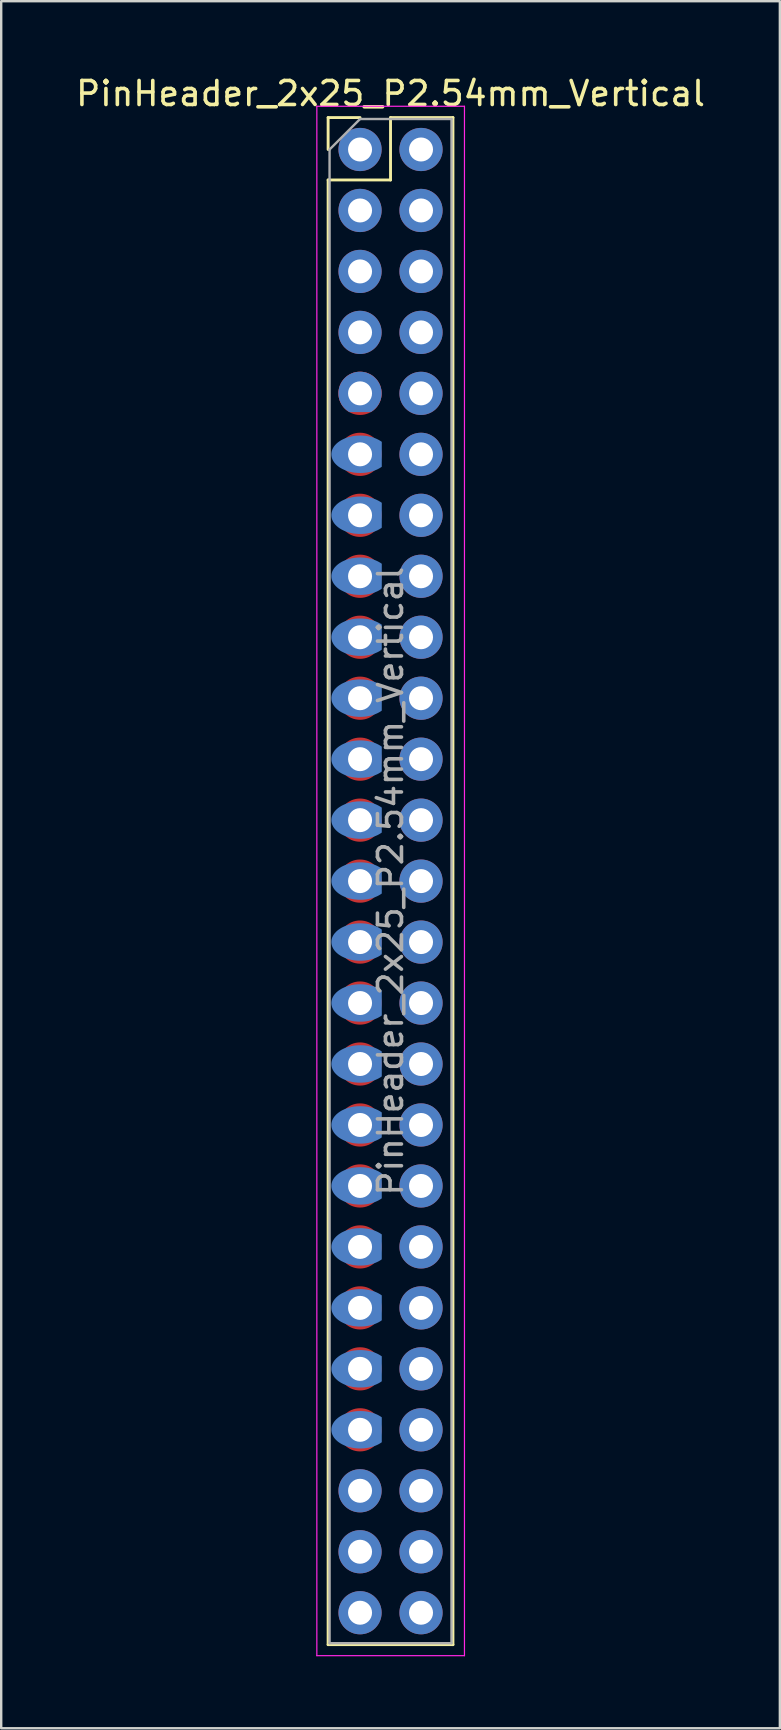
<source format=kicad_pcb>
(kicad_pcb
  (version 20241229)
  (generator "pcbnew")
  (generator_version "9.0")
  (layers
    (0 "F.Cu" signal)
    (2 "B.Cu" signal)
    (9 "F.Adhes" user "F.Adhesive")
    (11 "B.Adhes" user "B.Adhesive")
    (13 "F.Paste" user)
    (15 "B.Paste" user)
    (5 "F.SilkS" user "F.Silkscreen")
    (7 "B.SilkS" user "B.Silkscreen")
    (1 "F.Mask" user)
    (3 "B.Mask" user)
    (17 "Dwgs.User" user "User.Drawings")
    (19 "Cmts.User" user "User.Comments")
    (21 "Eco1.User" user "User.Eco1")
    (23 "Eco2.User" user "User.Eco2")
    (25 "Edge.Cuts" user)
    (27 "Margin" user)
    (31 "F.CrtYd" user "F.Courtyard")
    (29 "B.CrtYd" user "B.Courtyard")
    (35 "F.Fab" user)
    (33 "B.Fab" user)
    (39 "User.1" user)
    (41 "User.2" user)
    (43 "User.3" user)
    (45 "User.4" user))
  (footprint "PinHeader_2x25_P2.54mm_Vertical"
    (layer "F.Cu")
    (at 11.95 3.178)
    (property "Reference" "PinHeader_2x25_P2.54mm_Vertical" (at 1.27 -2.33 0) (layer "F.SilkS") (effects (font (size 1 1) (thickness 0.15))))
    (attr through_hole)
    (fp_line (start -1.33 -1.33) (end 0 -1.33) (stroke (width 0.12) (type solid)) (layer "F.SilkS"))
    (fp_line (start -1.33 0) (end -1.33 -1.33) (stroke (width 0.12) (type solid)) (layer "F.SilkS"))
    (fp_line (start -1.33 1.27) (end -1.33 62.29) (stroke (width 0.12) (type solid)) (layer "F.SilkS"))
    (fp_line (start -1.33 1.27) (end 1.27 1.27) (stroke (width 0.12) (type solid)) (layer "F.SilkS"))
    (fp_line (start -1.33 62.29) (end 3.87 62.29) (stroke (width 0.12) (type solid)) (layer "F.SilkS"))
    (fp_line (start 1.27 -1.33) (end 3.87 -1.33) (stroke (width 0.12) (type solid)) (layer "F.SilkS"))
    (fp_line (start 1.27 1.27) (end 1.27 -1.33) (stroke (width 0.12) (type solid)) (layer "F.SilkS"))
    (fp_line (start 3.87 -1.33) (end 3.87 62.29) (stroke (width 0.12) (type solid)) (layer "F.SilkS"))
    (fp_line (start -1.8 -1.8) (end -1.8 62.75) (stroke (width 0.05) (type solid)) (layer "F.CrtYd"))
    (fp_line (start -1.8 62.75) (end 4.35 62.75) (stroke (width 0.05) (type solid)) (layer "F.CrtYd"))
    (fp_line (start 4.35 -1.8) (end -1.8 -1.8) (stroke (width 0.05) (type solid)) (layer "F.CrtYd"))
    (fp_line (start 4.35 62.75) (end 4.35 -1.8) (stroke (width 0.05) (type solid)) (layer "F.CrtYd"))
    (fp_line (start -1.27 0) (end 0 -1.27) (stroke (width 0.1) (type solid)) (layer "F.Fab"))
    (fp_line (start -1.27 62.23) (end -1.27 0) (stroke (width 0.1) (type solid)) (layer "F.Fab"))
    (fp_line (start 0 -1.27) (end 3.81 -1.27) (stroke (width 0.1) (type solid)) (layer "F.Fab"))
    (fp_line (start 3.81 -1.27) (end 3.81 62.23) (stroke (width 0.1) (type solid)) (layer "F.Fab"))
    (fp_line (start 3.81 62.23) (end -1.27 62.23) (stroke (width 0.1) (type solid)) (layer "F.Fab"))
    (fp_text user "${REFERENCE}" (at 1.27 30.48 90) (layer "F.Fab") (effects (font (size 1 1) (thickness 0.15))))
    (pad "1" thru_hole oval (at 0 0) (size 1.8 1.8) (drill 1) (layers "*.Cu" "*.Mask"))
    (pad "1" thru_hole oval (at 2.54 55.88) (size 1.8 1.8) (drill 1) (layers "*.Cu" "*.Mask"))
    (pad "2" thru_hole oval (at 2.54 0) (size 1.8 1.8) (drill 1) (layers "*.Cu" "*.Mask"))
    (pad "2" thru_hole oval (at 2.54 60.96) (size 1.8 1.8) (drill 1) (layers "*.Cu" "*.Mask"))
    (pad "3" thru_hole oval (at 0 2.54) (size 1.8 1.8) (drill 1) (layers "*.Cu" "*.Mask"))
    (pad "3" thru_hole oval (at 2.54 58.42) (size 1.8 1.8) (drill 1) (layers "*.Cu" "*.Mask"))
    (pad "4" thru_hole oval (at 2.54 2.54) (size 1.8 1.8) (drill 1) (layers "*.Cu" "*.Mask"))
    (pad "5" thru_hole oval (at 0 5.08) (size 1.8 1.8) (drill 1) (layers "*.Cu" "*.Mask"))
    (pad "6" thru_hole oval (at 2.54 5.08) (size 1.8 1.8) (drill 1) (layers "*.Cu" "*.Mask"))
    (pad "7" thru_hole oval (at 0 7.62) (size 1.8 1.8) (drill 1) (layers "*.Cu" "*.Mask"))
    (pad "8" thru_hole oval (at 2.54 7.62) (size 1.8 1.8) (drill 1) (layers "*.Cu" "*.Mask"))
    (pad "9" thru_hole custom (at 0 10.16) (size 1.2 1.2) (drill 1) (layers "*.Cu" "*.Mask") (options (anchor circle)) (primitives (gr_poly (pts (xy 0.6 0) (xy 0.58 -0.155) (xy 0.52 -0.3) (xy 0.424 -0.424) (xy 0.3 -0.52) (xy 0.155 -0.58) (xy 0 -0.6) (xy -0.155 -0.58) (xy -0.3 -0.52) (xy -0.424 -0.424) (xy -0.52 -0.3) (xy -0.58 -0.155) (xy -0.6 0) (xy -0.58 0.155) (xy -0.52 0.3) (xy -0.424 0.424) (xy -0.3 0.52) (xy -0.155 0.58) (xy 0 0.6) (xy 0.155 0.58) (xy 0.3 0.52) (xy 0.424 0.424) (xy 0.52 0.3) (xy 0.58 0.155) (xy 0.6 0)) (width 0) (fill yes)) (gr_poly (pts (xy 0.898 0.028) (xy 0.897 0.058) (xy 0.894 0.088) (xy 0.891 0.118) (xy 0.886 0.147) (xy 0.881 0.176) (xy 0.874 0.205) (xy 0.867 0.234) (xy 0.859 0.262) (xy 0.85 0.29) (xy 0.84 0.318) (xy 0.829 0.345) (xy 0.817 0.372) (xy 0.804 0.399) (xy 0.791 0.425) (xy 0.776 0.45) (xy 0.761 0.475) (xy 0.745 0.5) (xy 0.729 0.524) (xy 0.711 0.548) (xy 0.693 0.57) (xy 0.674 0.593) (xy 0.654 0.615) (xy 0.633 0.636) (xy 0.612 0.656) (xy 0.59 0.676) (xy 0.567 0.695) (xy 0.544 0.714) (xy 0.52 0.731) (xy 0.495 0.748) (xy 0.469 0.765) (xy 0.443 0.78) (xy -0.441 0.78) (xy -0.493 0.749) (xy -0.542 0.714) (xy -0.589 0.677) (xy -0.633 0.636) (xy -0.673 0.594) (xy -0.711 0.548) (xy -0.746 0.501) (xy -0.777 0.451) (xy -0.805 0.399) (xy -0.83 0.346) (xy -0.851 0.291) (xy -0.869 0.235) (xy -0.883 0.177) (xy -0.893 0.118) (xy -0.899 0.058) (xy -0.901 -0.002) (xy -0.9 -0.048) (xy -0.897 -0.094) (xy -0.891 -0.139) (xy -0.883 -0.184) (xy -0.873 -0.227) (xy -0.861 -0.27) (xy -0.847 -0.312) (xy -0.831 -0.352) (xy -0.812 -0.392) (xy -0.793 -0.431) (xy -0.771 -0.469) (xy -0.748 -0.505) (xy -0.722 -0.541) (xy -0.696 -0.575) (xy -0.667 -0.607) (xy -0.638 -0.639) (xy -0.606 -0.668) (xy -0.574 -0.697) (xy -0.54 -0.723) (xy -0.504 -0.748) (xy -0.468 -0.772) (xy -0.43 -0.793) (xy -0.391 -0.813) (xy -0.351 -0.831) (xy -0.311 -0.847) (xy -0.269 -0.862) (xy -0.226 -0.874) (xy -0.183 -0.884) (xy -0.138 -0.892) (xy -0.093 -0.897) (xy -0.047 -0.901) (xy -0.001 -0.902) (xy 0.045 -0.901) (xy 0.091 -0.897) (xy 0.136 -0.892) (xy 0.18 -0.884) (xy 0.224 -0.874) (xy 0.266 -0.862) (xy 0.308 -0.847) (xy 0.349 -0.831) (xy 0.389 -0.813) (xy 0.428 -0.793) (xy 0.465 -0.772) (xy 0.502 -0.748) (xy 0.537 -0.723) (xy 0.571 -0.697) (xy 0.604 -0.668) (xy 0.635 -0.638) (xy 0.665 -0.607) (xy 0.693 -0.575) (xy 0.72 -0.541) (xy 0.745 -0.505) (xy 0.768 -0.469) (xy 0.79 -0.431) (xy 0.81 -0.392) (xy 0.828 -0.353) (xy 0.844 -0.312) (xy 0.858 -0.27) (xy 0.87 -0.227) (xy 0.88 -0.184) (xy 0.888 -0.139) (xy 0.894 -0.094) (xy 0.897 -0.049) (xy 0.899 -0.002)) (width 0) (fill yes))))
    (pad "9" smd oval (at 0 10.16) (size 1.8 1.8) (layers "F.Cu" "F.Mask"))
    (pad "10" thru_hole oval (at 2.54 10.16) (size 1.8 1.8) (drill 1) (layers "*.Cu" "*.Mask"))
    (pad "11" thru_hole oval (at 0 12.7) (size 1.2 1.2) (drill 1) (layers "*.Cu" "*.Mask"))
    (pad "11" smd custom (at 0 12.7) (size 1.56 1.56) (layers "F.Mask" "B.Cu") (options (anchor circle)) (primitives (gr_poly (pts (xy 0.905 0.517) (xy 0.862 0.547) (xy 0.815 0.576) (xy 0.767 0.603) (xy 0.717 0.628) (xy 0.665 0.651) (xy 0.612 0.672) (xy 0.556 0.692) (xy 0.5 0.709) (xy 0.442 0.725) (xy 0.383 0.739) (xy 0.322 0.75) (xy 0.261 0.76) (xy 0.199 0.768) (xy 0.136 0.773) (xy 0.073 0.776) (xy 0.009 0.777) (xy -0.053 0.776) (xy -0.114 0.773) (xy -0.175 0.768) (xy -0.234 0.762) (xy -0.292 0.753) (xy -0.349 0.742) (xy -0.405 0.73) (xy -0.46 0.716) (xy -0.513 0.7) (xy -0.565 0.683) (xy -0.615 0.664) (xy -0.664 0.644) (xy -0.711 0.622) (xy -0.757 0.599) (xy -0.8 0.575) (xy -0.842 0.549) (xy -0.882 0.522) (xy -0.92 0.494) (xy -0.955 0.464) (xy -0.989 0.433) (xy -1.02 0.402) (xy -1.049 0.369) (xy -1.076 0.336) (xy -1.1 0.301) (xy -1.121 0.266) (xy -1.14 0.229) (xy -1.157 0.192) (xy -1.17 0.155) (xy -1.181 0.116) (xy -1.188 0.077) (xy -1.193 0.037) (xy -1.194 -0.003) (xy -1.193 -0.043) (xy -1.188 -0.082) (xy -1.181 -0.121) (xy -1.17 -0.16) (xy -1.157 -0.198) (xy -1.14 -0.235) (xy -1.121 -0.271) (xy -1.1 -0.306) (xy -1.076 -0.341) (xy -1.049 -0.374) (xy -0.989 -0.439) (xy -0.92 -0.499) (xy -0.842 -0.554) (xy -0.757 -0.605) (xy -0.664 -0.649) (xy -0.565 -0.689) (xy -0.46 -0.721) (xy -0.349 -0.748) (xy -0.234 -0.767) (xy -0.114 -0.779) (xy 0.009 -0.783) (xy 0.073 -0.781) (xy 0.136 -0.778) (xy 0.199 -0.772) (xy 0.261 -0.765) (xy 0.323 -0.755) (xy 0.383 -0.743) (xy 0.442 -0.729) (xy 0.5 -0.714) (xy 0.557 -0.696) (xy 0.612 -0.676) (xy 0.666 -0.655) (xy 0.718 -0.631) (xy 0.768 -0.606) (xy 0.816 -0.579) (xy 0.862 -0.551) (xy 0.906 -0.52)) (width 0) (fill yes))))
    (pad "11" smd oval (at 0 12.7) (size 1.8 1.8) (layers "F.Cu" "F.Mask"))
    (pad "12" thru_hole oval (at 2.54 12.7) (size 1.8 1.8) (drill 1) (layers "*.Cu" "*.Mask"))
    (pad "13" thru_hole oval (at 0 15.24) (size 1.2 1.2) (drill 1) (layers "*.Cu" "*.Mask"))
    (pad "13" smd custom (at 0 15.24) (size 1.56 1.56) (layers "F.Mask" "B.Cu") (options (anchor circle)) (primitives (gr_poly (pts (xy 0.905 0.517) (xy 0.862 0.547) (xy 0.815 0.576) (xy 0.767 0.603) (xy 0.717 0.628) (xy 0.665 0.651) (xy 0.612 0.672) (xy 0.556 0.692) (xy 0.5 0.709) (xy 0.442 0.725) (xy 0.383 0.739) (xy 0.322 0.75) (xy 0.261 0.76) (xy 0.199 0.768) (xy 0.136 0.773) (xy 0.073 0.776) (xy 0.009 0.777) (xy -0.053 0.776) (xy -0.114 0.773) (xy -0.175 0.768) (xy -0.234 0.762) (xy -0.292 0.753) (xy -0.349 0.742) (xy -0.405 0.73) (xy -0.46 0.716) (xy -0.513 0.7) (xy -0.565 0.683) (xy -0.615 0.664) (xy -0.664 0.644) (xy -0.711 0.622) (xy -0.757 0.599) (xy -0.8 0.575) (xy -0.842 0.549) (xy -0.882 0.522) (xy -0.92 0.494) (xy -0.955 0.464) (xy -0.989 0.433) (xy -1.02 0.402) (xy -1.049 0.369) (xy -1.076 0.336) (xy -1.1 0.301) (xy -1.121 0.266) (xy -1.14 0.229) (xy -1.157 0.192) (xy -1.17 0.155) (xy -1.181 0.116) (xy -1.188 0.077) (xy -1.193 0.037) (xy -1.194 -0.003) (xy -1.193 -0.043) (xy -1.188 -0.082) (xy -1.181 -0.121) (xy -1.17 -0.16) (xy -1.157 -0.198) (xy -1.14 -0.235) (xy -1.121 -0.271) (xy -1.1 -0.306) (xy -1.076 -0.341) (xy -1.049 -0.374) (xy -0.989 -0.439) (xy -0.92 -0.499) (xy -0.842 -0.554) (xy -0.757 -0.605) (xy -0.664 -0.649) (xy -0.565 -0.689) (xy -0.46 -0.721) (xy -0.349 -0.748) (xy -0.234 -0.767) (xy -0.114 -0.779) (xy 0.009 -0.783) (xy 0.073 -0.781) (xy 0.136 -0.778) (xy 0.199 -0.772) (xy 0.261 -0.765) (xy 0.323 -0.755) (xy 0.383 -0.743) (xy 0.442 -0.729) (xy 0.5 -0.714) (xy 0.557 -0.696) (xy 0.612 -0.676) (xy 0.666 -0.655) (xy 0.718 -0.631) (xy 0.768 -0.606) (xy 0.816 -0.579) (xy 0.862 -0.551) (xy 0.906 -0.52)) (width 0) (fill yes))))
    (pad "13" smd oval (at 0 15.24) (size 1.8 1.8) (layers "F.Cu" "F.Mask"))
    (pad "14" thru_hole oval (at 2.54 15.24) (size 1.8 1.8) (drill 1) (layers "*.Cu" "*.Mask"))
    (pad "15" thru_hole oval (at 0 17.78) (size 1.2 1.2) (drill 1) (layers "*.Cu" "*.Mask"))
    (pad "15" smd custom (at 0 17.78) (size 1.56 1.56) (layers "F.Mask" "B.Cu") (options (anchor circle)) (primitives (gr_poly (pts (xy 0.905 0.517) (xy 0.862 0.547) (xy 0.815 0.576) (xy 0.767 0.603) (xy 0.717 0.628) (xy 0.665 0.651) (xy 0.612 0.672) (xy 0.556 0.692) (xy 0.5 0.709) (xy 0.442 0.725) (xy 0.383 0.739) (xy 0.322 0.75) (xy 0.261 0.76) (xy 0.199 0.768) (xy 0.136 0.773) (xy 0.073 0.776) (xy 0.009 0.777) (xy -0.053 0.776) (xy -0.114 0.773) (xy -0.175 0.768) (xy -0.234 0.762) (xy -0.292 0.753) (xy -0.349 0.742) (xy -0.405 0.73) (xy -0.46 0.716) (xy -0.513 0.7) (xy -0.565 0.683) (xy -0.615 0.664) (xy -0.664 0.644) (xy -0.711 0.622) (xy -0.757 0.599) (xy -0.8 0.575) (xy -0.842 0.549) (xy -0.882 0.522) (xy -0.92 0.494) (xy -0.955 0.464) (xy -0.989 0.433) (xy -1.02 0.402) (xy -1.049 0.369) (xy -1.076 0.336) (xy -1.1 0.301) (xy -1.121 0.266) (xy -1.14 0.229) (xy -1.157 0.192) (xy -1.17 0.155) (xy -1.181 0.116) (xy -1.188 0.077) (xy -1.193 0.037) (xy -1.194 -0.003) (xy -1.193 -0.043) (xy -1.188 -0.082) (xy -1.181 -0.121) (xy -1.17 -0.16) (xy -1.157 -0.198) (xy -1.14 -0.235) (xy -1.121 -0.271) (xy -1.1 -0.306) (xy -1.076 -0.341) (xy -1.049 -0.374) (xy -0.989 -0.439) (xy -0.92 -0.499) (xy -0.842 -0.554) (xy -0.757 -0.605) (xy -0.664 -0.649) (xy -0.565 -0.689) (xy -0.46 -0.721) (xy -0.349 -0.748) (xy -0.234 -0.767) (xy -0.114 -0.779) (xy 0.009 -0.783) (xy 0.073 -0.781) (xy 0.136 -0.778) (xy 0.199 -0.772) (xy 0.261 -0.765) (xy 0.323 -0.755) (xy 0.383 -0.743) (xy 0.442 -0.729) (xy 0.5 -0.714) (xy 0.557 -0.696) (xy 0.612 -0.676) (xy 0.666 -0.655) (xy 0.718 -0.631) (xy 0.768 -0.606) (xy 0.816 -0.579) (xy 0.862 -0.551) (xy 0.906 -0.52)) (width 0) (fill yes))))
    (pad "15" smd oval (at 0 17.78) (size 1.8 1.8) (layers "F.Cu" "F.Mask"))
    (pad "16" thru_hole oval (at 2.54 17.78) (size 1.8 1.8) (drill 1) (layers "*.Cu" "*.Mask"))
    (pad "17" thru_hole oval (at 0 20.32) (size 1.2 1.2) (drill 1) (layers "*.Cu" "*.Mask"))
    (pad "17" smd custom (at 0 20.32) (size 1.56 1.56) (layers "F.Mask" "B.Cu") (options (anchor circle)) (primitives (gr_poly (pts (xy 0.905 0.517) (xy 0.862 0.547) (xy 0.815 0.576) (xy 0.767 0.603) (xy 0.717 0.628) (xy 0.665 0.651) (xy 0.612 0.672) (xy 0.556 0.692) (xy 0.5 0.709) (xy 0.442 0.725) (xy 0.383 0.739) (xy 0.322 0.75) (xy 0.261 0.76) (xy 0.199 0.768) (xy 0.136 0.773) (xy 0.073 0.776) (xy 0.009 0.777) (xy -0.053 0.776) (xy -0.114 0.773) (xy -0.175 0.768) (xy -0.234 0.762) (xy -0.292 0.753) (xy -0.349 0.742) (xy -0.405 0.73) (xy -0.46 0.716) (xy -0.513 0.7) (xy -0.565 0.683) (xy -0.615 0.664) (xy -0.664 0.644) (xy -0.711 0.622) (xy -0.757 0.599) (xy -0.8 0.575) (xy -0.842 0.549) (xy -0.882 0.522) (xy -0.92 0.494) (xy -0.955 0.464) (xy -0.989 0.433) (xy -1.02 0.402) (xy -1.049 0.369) (xy -1.076 0.336) (xy -1.1 0.301) (xy -1.121 0.266) (xy -1.14 0.229) (xy -1.157 0.192) (xy -1.17 0.155) (xy -1.181 0.116) (xy -1.188 0.077) (xy -1.193 0.037) (xy -1.194 -0.003) (xy -1.193 -0.043) (xy -1.188 -0.082) (xy -1.181 -0.121) (xy -1.17 -0.16) (xy -1.157 -0.198) (xy -1.14 -0.235) (xy -1.121 -0.271) (xy -1.1 -0.306) (xy -1.076 -0.341) (xy -1.049 -0.374) (xy -0.989 -0.439) (xy -0.92 -0.499) (xy -0.842 -0.554) (xy -0.757 -0.605) (xy -0.664 -0.649) (xy -0.565 -0.689) (xy -0.46 -0.721) (xy -0.349 -0.748) (xy -0.234 -0.767) (xy -0.114 -0.779) (xy 0.009 -0.783) (xy 0.073 -0.781) (xy 0.136 -0.778) (xy 0.199 -0.772) (xy 0.261 -0.765) (xy 0.323 -0.755) (xy 0.383 -0.743) (xy 0.442 -0.729) (xy 0.5 -0.714) (xy 0.557 -0.696) (xy 0.612 -0.676) (xy 0.666 -0.655) (xy 0.718 -0.631) (xy 0.768 -0.606) (xy 0.816 -0.579) (xy 0.862 -0.551) (xy 0.906 -0.52)) (width 0) (fill yes))))
    (pad "17" smd oval (at 0 20.32) (size 1.8 1.8) (layers "F.Cu" "F.Mask"))
    (pad "18" thru_hole oval (at 2.54 20.32) (size 1.8 1.8) (drill 1) (layers "*.Cu" "*.Mask"))
    (pad "19" thru_hole oval (at 0 22.86) (size 1.2 1.2) (drill 1) (layers "*.Cu" "*.Mask"))
    (pad "19" smd custom (at 0 22.86) (size 1.56 1.56) (layers "F.Mask" "B.Cu") (options (anchor circle)) (primitives (gr_poly (pts (xy 0.905 0.517) (xy 0.862 0.547) (xy 0.815 0.576) (xy 0.767 0.603) (xy 0.717 0.628) (xy 0.665 0.651) (xy 0.612 0.672) (xy 0.556 0.692) (xy 0.5 0.709) (xy 0.442 0.725) (xy 0.383 0.739) (xy 0.322 0.75) (xy 0.261 0.76) (xy 0.199 0.768) (xy 0.136 0.773) (xy 0.073 0.776) (xy 0.009 0.777) (xy -0.053 0.776) (xy -0.114 0.773) (xy -0.175 0.768) (xy -0.234 0.762) (xy -0.292 0.753) (xy -0.349 0.742) (xy -0.405 0.73) (xy -0.46 0.716) (xy -0.513 0.7) (xy -0.565 0.683) (xy -0.615 0.664) (xy -0.664 0.644) (xy -0.711 0.622) (xy -0.757 0.599) (xy -0.8 0.575) (xy -0.842 0.549) (xy -0.882 0.522) (xy -0.92 0.494) (xy -0.955 0.464) (xy -0.989 0.433) (xy -1.02 0.402) (xy -1.049 0.369) (xy -1.076 0.336) (xy -1.1 0.301) (xy -1.121 0.266) (xy -1.14 0.229) (xy -1.157 0.192) (xy -1.17 0.155) (xy -1.181 0.116) (xy -1.188 0.077) (xy -1.193 0.037) (xy -1.194 -0.003) (xy -1.193 -0.043) (xy -1.188 -0.082) (xy -1.181 -0.121) (xy -1.17 -0.16) (xy -1.157 -0.198) (xy -1.14 -0.235) (xy -1.121 -0.271) (xy -1.1 -0.306) (xy -1.076 -0.341) (xy -1.049 -0.374) (xy -0.989 -0.439) (xy -0.92 -0.499) (xy -0.842 -0.554) (xy -0.757 -0.605) (xy -0.664 -0.649) (xy -0.565 -0.689) (xy -0.46 -0.721) (xy -0.349 -0.748) (xy -0.234 -0.767) (xy -0.114 -0.779) (xy 0.009 -0.783) (xy 0.073 -0.781) (xy 0.136 -0.778) (xy 0.199 -0.772) (xy 0.261 -0.765) (xy 0.323 -0.755) (xy 0.383 -0.743) (xy 0.442 -0.729) (xy 0.5 -0.714) (xy 0.557 -0.696) (xy 0.612 -0.676) (xy 0.666 -0.655) (xy 0.718 -0.631) (xy 0.768 -0.606) (xy 0.816 -0.579) (xy 0.862 -0.551) (xy 0.906 -0.52)) (width 0) (fill yes))))
    (pad "19" smd oval (at 0 22.86) (size 1.8 1.8) (layers "F.Cu" "F.Mask"))
    (pad "20" thru_hole oval (at 2.54 22.86) (size 1.8 1.8) (drill 1) (layers "*.Cu" "*.Mask"))
    (pad "21" thru_hole oval (at 0 25.4) (size 1.2 1.2) (drill 1) (layers "*.Cu" "*.Mask"))
    (pad "21" smd custom (at 0 25.4) (size 1.56 1.56) (layers "F.Mask" "B.Cu") (options (anchor circle)) (primitives (gr_poly (pts (xy 0.905 0.517) (xy 0.862 0.547) (xy 0.815 0.576) (xy 0.767 0.603) (xy 0.717 0.628) (xy 0.665 0.651) (xy 0.612 0.672) (xy 0.556 0.692) (xy 0.5 0.709) (xy 0.442 0.725) (xy 0.383 0.739) (xy 0.322 0.75) (xy 0.261 0.76) (xy 0.199 0.768) (xy 0.136 0.773) (xy 0.073 0.776) (xy 0.009 0.777) (xy -0.053 0.776) (xy -0.114 0.773) (xy -0.175 0.768) (xy -0.234 0.762) (xy -0.292 0.753) (xy -0.349 0.742) (xy -0.405 0.73) (xy -0.46 0.716) (xy -0.513 0.7) (xy -0.565 0.683) (xy -0.615 0.664) (xy -0.664 0.644) (xy -0.711 0.622) (xy -0.757 0.599) (xy -0.8 0.575) (xy -0.842 0.549) (xy -0.882 0.522) (xy -0.92 0.494) (xy -0.955 0.464) (xy -0.989 0.433) (xy -1.02 0.402) (xy -1.049 0.369) (xy -1.076 0.336) (xy -1.1 0.301) (xy -1.121 0.266) (xy -1.14 0.229) (xy -1.157 0.192) (xy -1.17 0.155) (xy -1.181 0.116) (xy -1.188 0.077) (xy -1.193 0.037) (xy -1.194 -0.003) (xy -1.193 -0.043) (xy -1.188 -0.082) (xy -1.181 -0.121) (xy -1.17 -0.16) (xy -1.157 -0.198) (xy -1.14 -0.235) (xy -1.121 -0.271) (xy -1.1 -0.306) (xy -1.076 -0.341) (xy -1.049 -0.374) (xy -0.989 -0.439) (xy -0.92 -0.499) (xy -0.842 -0.554) (xy -0.757 -0.605) (xy -0.664 -0.649) (xy -0.565 -0.689) (xy -0.46 -0.721) (xy -0.349 -0.748) (xy -0.234 -0.767) (xy -0.114 -0.779) (xy 0.009 -0.783) (xy 0.073 -0.781) (xy 0.136 -0.778) (xy 0.199 -0.772) (xy 0.261 -0.765) (xy 0.323 -0.755) (xy 0.383 -0.743) (xy 0.442 -0.729) (xy 0.5 -0.714) (xy 0.557 -0.696) (xy 0.612 -0.676) (xy 0.666 -0.655) (xy 0.718 -0.631) (xy 0.768 -0.606) (xy 0.816 -0.579) (xy 0.862 -0.551) (xy 0.906 -0.52)) (width 0) (fill yes))))
    (pad "21" smd oval (at 0 25.4) (size 1.8 1.8) (layers "F.Cu" "F.Mask"))
    (pad "22" thru_hole oval (at 2.54 25.4) (size 1.8 1.8) (drill 1) (layers "*.Cu" "*.Mask"))
    (pad "23" thru_hole oval (at 0 27.94) (size 1.2 1.2) (drill 1) (layers "*.Cu" "*.Mask"))
    (pad "23" smd custom (at 0 27.94) (size 1.56 1.56) (layers "F.Mask" "B.Cu") (options (anchor circle)) (primitives (gr_poly (pts (xy 0.905 0.517) (xy 0.862 0.547) (xy 0.815 0.576) (xy 0.767 0.603) (xy 0.717 0.628) (xy 0.665 0.651) (xy 0.612 0.672) (xy 0.556 0.692) (xy 0.5 0.709) (xy 0.442 0.725) (xy 0.383 0.739) (xy 0.322 0.75) (xy 0.261 0.76) (xy 0.199 0.768) (xy 0.136 0.773) (xy 0.073 0.776) (xy 0.009 0.777) (xy -0.053 0.776) (xy -0.114 0.773) (xy -0.175 0.768) (xy -0.234 0.762) (xy -0.292 0.753) (xy -0.349 0.742) (xy -0.405 0.73) (xy -0.46 0.716) (xy -0.513 0.7) (xy -0.565 0.683) (xy -0.615 0.664) (xy -0.664 0.644) (xy -0.711 0.622) (xy -0.757 0.599) (xy -0.8 0.575) (xy -0.842 0.549) (xy -0.882 0.522) (xy -0.92 0.494) (xy -0.955 0.464) (xy -0.989 0.433) (xy -1.02 0.402) (xy -1.049 0.369) (xy -1.076 0.336) (xy -1.1 0.301) (xy -1.121 0.266) (xy -1.14 0.229) (xy -1.157 0.192) (xy -1.17 0.155) (xy -1.181 0.116) (xy -1.188 0.077) (xy -1.193 0.037) (xy -1.194 -0.003) (xy -1.193 -0.043) (xy -1.188 -0.082) (xy -1.181 -0.121) (xy -1.17 -0.16) (xy -1.157 -0.198) (xy -1.14 -0.235) (xy -1.121 -0.271) (xy -1.1 -0.306) (xy -1.076 -0.341) (xy -1.049 -0.374) (xy -0.989 -0.439) (xy -0.92 -0.499) (xy -0.842 -0.554) (xy -0.757 -0.605) (xy -0.664 -0.649) (xy -0.565 -0.689) (xy -0.46 -0.721) (xy -0.349 -0.748) (xy -0.234 -0.767) (xy -0.114 -0.779) (xy 0.009 -0.783) (xy 0.073 -0.781) (xy 0.136 -0.778) (xy 0.199 -0.772) (xy 0.261 -0.765) (xy 0.323 -0.755) (xy 0.383 -0.743) (xy 0.442 -0.729) (xy 0.5 -0.714) (xy 0.557 -0.696) (xy 0.612 -0.676) (xy 0.666 -0.655) (xy 0.718 -0.631) (xy 0.768 -0.606) (xy 0.816 -0.579) (xy 0.862 -0.551) (xy 0.906 -0.52)) (width 0) (fill yes))))
    (pad "23" smd oval (at 0 27.94) (size 1.8 1.8) (layers "F.Cu" "F.Mask"))
    (pad "24" thru_hole oval (at 2.54 27.94) (size 1.8 1.8) (drill 1) (layers "*.Cu" "*.Mask"))
    (pad "25" thru_hole oval (at 0 30.48) (size 1.2 1.2) (drill 1) (layers "*.Cu" "*.Mask"))
    (pad "25" smd custom (at 0 30.48) (size 1.56 1.56) (layers "F.Mask" "B.Cu") (options (anchor circle)) (primitives (gr_poly (pts (xy 0.905 0.517) (xy 0.862 0.547) (xy 0.815 0.576) (xy 0.767 0.603) (xy 0.717 0.628) (xy 0.665 0.651) (xy 0.612 0.672) (xy 0.556 0.692) (xy 0.5 0.709) (xy 0.442 0.725) (xy 0.383 0.739) (xy 0.322 0.75) (xy 0.261 0.76) (xy 0.199 0.768) (xy 0.136 0.773) (xy 0.073 0.776) (xy 0.009 0.777) (xy -0.053 0.776) (xy -0.114 0.773) (xy -0.175 0.768) (xy -0.234 0.762) (xy -0.292 0.753) (xy -0.349 0.742) (xy -0.405 0.73) (xy -0.46 0.716) (xy -0.513 0.7) (xy -0.565 0.683) (xy -0.615 0.664) (xy -0.664 0.644) (xy -0.711 0.622) (xy -0.757 0.599) (xy -0.8 0.575) (xy -0.842 0.549) (xy -0.882 0.522) (xy -0.92 0.494) (xy -0.955 0.464) (xy -0.989 0.433) (xy -1.02 0.402) (xy -1.049 0.369) (xy -1.076 0.336) (xy -1.1 0.301) (xy -1.121 0.266) (xy -1.14 0.229) (xy -1.157 0.192) (xy -1.17 0.155) (xy -1.181 0.116) (xy -1.188 0.077) (xy -1.193 0.037) (xy -1.194 -0.003) (xy -1.193 -0.043) (xy -1.188 -0.082) (xy -1.181 -0.121) (xy -1.17 -0.16) (xy -1.157 -0.198) (xy -1.14 -0.235) (xy -1.121 -0.271) (xy -1.1 -0.306) (xy -1.076 -0.341) (xy -1.049 -0.374) (xy -0.989 -0.439) (xy -0.92 -0.499) (xy -0.842 -0.554) (xy -0.757 -0.605) (xy -0.664 -0.649) (xy -0.565 -0.689) (xy -0.46 -0.721) (xy -0.349 -0.748) (xy -0.234 -0.767) (xy -0.114 -0.779) (xy 0.009 -0.783) (xy 0.073 -0.781) (xy 0.136 -0.778) (xy 0.199 -0.772) (xy 0.261 -0.765) (xy 0.323 -0.755) (xy 0.383 -0.743) (xy 0.442 -0.729) (xy 0.5 -0.714) (xy 0.557 -0.696) (xy 0.612 -0.676) (xy 0.666 -0.655) (xy 0.718 -0.631) (xy 0.768 -0.606) (xy 0.816 -0.579) (xy 0.862 -0.551) (xy 0.906 -0.52)) (width 0) (fill yes))))
    (pad "25" smd oval (at 0 30.48) (size 1.8 1.8) (layers "F.Cu" "F.Mask"))
    (pad "26" thru_hole oval (at 2.54 30.48) (size 1.8 1.8) (drill 1) (layers "*.Cu" "*.Mask"))
    (pad "27" thru_hole oval (at 0 33.02) (size 1.2 1.2) (drill 1) (layers "*.Cu" "*.Mask"))
    (pad "27" smd custom (at 0 33.02) (size 1.56 1.56) (layers "F.Mask" "B.Cu") (options (anchor circle)) (primitives (gr_poly (pts (xy 0.905 0.517) (xy 0.862 0.547) (xy 0.815 0.576) (xy 0.767 0.603) (xy 0.717 0.628) (xy 0.665 0.651) (xy 0.612 0.672) (xy 0.556 0.692) (xy 0.5 0.709) (xy 0.442 0.725) (xy 0.383 0.739) (xy 0.322 0.75) (xy 0.261 0.76) (xy 0.199 0.768) (xy 0.136 0.773) (xy 0.073 0.776) (xy 0.009 0.777) (xy -0.053 0.776) (xy -0.114 0.773) (xy -0.175 0.768) (xy -0.234 0.762) (xy -0.292 0.753) (xy -0.349 0.742) (xy -0.405 0.73) (xy -0.46 0.716) (xy -0.513 0.7) (xy -0.565 0.683) (xy -0.615 0.664) (xy -0.664 0.644) (xy -0.711 0.622) (xy -0.757 0.599) (xy -0.8 0.575) (xy -0.842 0.549) (xy -0.882 0.522) (xy -0.92 0.494) (xy -0.955 0.464) (xy -0.989 0.433) (xy -1.02 0.402) (xy -1.049 0.369) (xy -1.076 0.336) (xy -1.1 0.301) (xy -1.121 0.266) (xy -1.14 0.229) (xy -1.157 0.192) (xy -1.17 0.155) (xy -1.181 0.116) (xy -1.188 0.077) (xy -1.193 0.037) (xy -1.194 -0.003) (xy -1.193 -0.043) (xy -1.188 -0.082) (xy -1.181 -0.121) (xy -1.17 -0.16) (xy -1.157 -0.198) (xy -1.14 -0.235) (xy -1.121 -0.271) (xy -1.1 -0.306) (xy -1.076 -0.341) (xy -1.049 -0.374) (xy -0.989 -0.439) (xy -0.92 -0.499) (xy -0.842 -0.554) (xy -0.757 -0.605) (xy -0.664 -0.649) (xy -0.565 -0.689) (xy -0.46 -0.721) (xy -0.349 -0.748) (xy -0.234 -0.767) (xy -0.114 -0.779) (xy 0.009 -0.783) (xy 0.073 -0.781) (xy 0.136 -0.778) (xy 0.199 -0.772) (xy 0.261 -0.765) (xy 0.323 -0.755) (xy 0.383 -0.743) (xy 0.442 -0.729) (xy 0.5 -0.714) (xy 0.557 -0.696) (xy 0.612 -0.676) (xy 0.666 -0.655) (xy 0.718 -0.631) (xy 0.768 -0.606) (xy 0.816 -0.579) (xy 0.862 -0.551) (xy 0.906 -0.52)) (width 0) (fill yes))))
    (pad "27" smd oval (at 0 33.02) (size 1.8 1.8) (layers "F.Cu" "F.Mask"))
    (pad "28" thru_hole oval (at 2.54 33.02) (size 1.8 1.8) (drill 1) (layers "*.Cu" "*.Mask"))
    (pad "29" thru_hole oval (at 0 35.56) (size 1.2 1.2) (drill 1) (layers "*.Cu" "*.Mask"))
    (pad "29" smd custom (at 0 35.56) (size 1.56 1.56) (layers "F.Mask" "B.Cu") (options (anchor circle)) (primitives (gr_poly (pts (xy 0.905 0.517) (xy 0.862 0.547) (xy 0.815 0.576) (xy 0.767 0.603) (xy 0.717 0.628) (xy 0.665 0.651) (xy 0.612 0.672) (xy 0.556 0.692) (xy 0.5 0.709) (xy 0.442 0.725) (xy 0.383 0.739) (xy 0.322 0.75) (xy 0.261 0.76) (xy 0.199 0.768) (xy 0.136 0.773) (xy 0.073 0.776) (xy 0.009 0.777) (xy -0.053 0.776) (xy -0.114 0.773) (xy -0.175 0.768) (xy -0.234 0.762) (xy -0.292 0.753) (xy -0.349 0.742) (xy -0.405 0.73) (xy -0.46 0.716) (xy -0.513 0.7) (xy -0.565 0.683) (xy -0.615 0.664) (xy -0.664 0.644) (xy -0.711 0.622) (xy -0.757 0.599) (xy -0.8 0.575) (xy -0.842 0.549) (xy -0.882 0.522) (xy -0.92 0.494) (xy -0.955 0.464) (xy -0.989 0.433) (xy -1.02 0.402) (xy -1.049 0.369) (xy -1.076 0.336) (xy -1.1 0.301) (xy -1.121 0.266) (xy -1.14 0.229) (xy -1.157 0.192) (xy -1.17 0.155) (xy -1.181 0.116) (xy -1.188 0.077) (xy -1.193 0.037) (xy -1.194 -0.003) (xy -1.193 -0.043) (xy -1.188 -0.082) (xy -1.181 -0.121) (xy -1.17 -0.16) (xy -1.157 -0.198) (xy -1.14 -0.235) (xy -1.121 -0.271) (xy -1.1 -0.306) (xy -1.076 -0.341) (xy -1.049 -0.374) (xy -0.989 -0.439) (xy -0.92 -0.499) (xy -0.842 -0.554) (xy -0.757 -0.605) (xy -0.664 -0.649) (xy -0.565 -0.689) (xy -0.46 -0.721) (xy -0.349 -0.748) (xy -0.234 -0.767) (xy -0.114 -0.779) (xy 0.009 -0.783) (xy 0.073 -0.781) (xy 0.136 -0.778) (xy 0.199 -0.772) (xy 0.261 -0.765) (xy 0.323 -0.755) (xy 0.383 -0.743) (xy 0.442 -0.729) (xy 0.5 -0.714) (xy 0.557 -0.696) (xy 0.612 -0.676) (xy 0.666 -0.655) (xy 0.718 -0.631) (xy 0.768 -0.606) (xy 0.816 -0.579) (xy 0.862 -0.551) (xy 0.906 -0.52)) (width 0) (fill yes))))
    (pad "29" smd oval (at 0 35.56) (size 1.8 1.8) (layers "F.Cu" "F.Mask"))
    (pad "30" thru_hole oval (at 2.54 35.56) (size 1.8 1.8) (drill 1) (layers "*.Cu" "*.Mask"))
    (pad "31" thru_hole oval (at 0 38.1) (size 1.2 1.2) (drill 1) (layers "*.Cu" "*.Mask"))
    (pad "31" smd custom (at 0 38.1) (size 1.56 1.56) (layers "F.Mask" "B.Cu") (options (anchor circle)) (primitives (gr_poly (pts (xy 0.905 0.517) (xy 0.862 0.547) (xy 0.815 0.576) (xy 0.767 0.603) (xy 0.717 0.628) (xy 0.665 0.651) (xy 0.612 0.672) (xy 0.556 0.692) (xy 0.5 0.709) (xy 0.442 0.725) (xy 0.383 0.739) (xy 0.322 0.75) (xy 0.261 0.76) (xy 0.199 0.768) (xy 0.136 0.773) (xy 0.073 0.776) (xy 0.009 0.777) (xy -0.053 0.776) (xy -0.114 0.773) (xy -0.175 0.768) (xy -0.234 0.762) (xy -0.292 0.753) (xy -0.349 0.742) (xy -0.405 0.73) (xy -0.46 0.716) (xy -0.513 0.7) (xy -0.565 0.683) (xy -0.615 0.664) (xy -0.664 0.644) (xy -0.711 0.622) (xy -0.757 0.599) (xy -0.8 0.575) (xy -0.842 0.549) (xy -0.882 0.522) (xy -0.92 0.494) (xy -0.955 0.464) (xy -0.989 0.433) (xy -1.02 0.402) (xy -1.049 0.369) (xy -1.076 0.336) (xy -1.1 0.301) (xy -1.121 0.266) (xy -1.14 0.229) (xy -1.157 0.192) (xy -1.17 0.155) (xy -1.181 0.116) (xy -1.188 0.077) (xy -1.193 0.037) (xy -1.194 -0.003) (xy -1.193 -0.043) (xy -1.188 -0.082) (xy -1.181 -0.121) (xy -1.17 -0.16) (xy -1.157 -0.198) (xy -1.14 -0.235) (xy -1.121 -0.271) (xy -1.1 -0.306) (xy -1.076 -0.341) (xy -1.049 -0.374) (xy -0.989 -0.439) (xy -0.92 -0.499) (xy -0.842 -0.554) (xy -0.757 -0.605) (xy -0.664 -0.649) (xy -0.565 -0.689) (xy -0.46 -0.721) (xy -0.349 -0.748) (xy -0.234 -0.767) (xy -0.114 -0.779) (xy 0.009 -0.783) (xy 0.073 -0.781) (xy 0.136 -0.778) (xy 0.199 -0.772) (xy 0.261 -0.765) (xy 0.323 -0.755) (xy 0.383 -0.743) (xy 0.442 -0.729) (xy 0.5 -0.714) (xy 0.557 -0.696) (xy 0.612 -0.676) (xy 0.666 -0.655) (xy 0.718 -0.631) (xy 0.768 -0.606) (xy 0.816 -0.579) (xy 0.862 -0.551) (xy 0.906 -0.52)) (width 0) (fill yes))))
    (pad "31" smd oval (at 0 38.1) (size 1.8 1.8) (layers "F.Cu" "F.Mask"))
    (pad "32" thru_hole oval (at 2.54 38.1) (size 1.8 1.8) (drill 1) (layers "*.Cu" "*.Mask"))
    (pad "33" thru_hole oval (at 0 40.64) (size 1.2 1.2) (drill 1) (layers "*.Cu" "*.Mask"))
    (pad "33" smd custom (at 0 40.64) (size 1.56 1.56) (layers "F.Mask" "B.Cu") (options (anchor circle)) (primitives (gr_poly (pts (xy 0.905 0.517) (xy 0.862 0.547) (xy 0.815 0.576) (xy 0.767 0.603) (xy 0.717 0.628) (xy 0.665 0.651) (xy 0.612 0.672) (xy 0.556 0.692) (xy 0.5 0.709) (xy 0.442 0.725) (xy 0.383 0.739) (xy 0.322 0.75) (xy 0.261 0.76) (xy 0.199 0.768) (xy 0.136 0.773) (xy 0.073 0.776) (xy 0.009 0.777) (xy -0.053 0.776) (xy -0.114 0.773) (xy -0.175 0.768) (xy -0.234 0.762) (xy -0.292 0.753) (xy -0.349 0.742) (xy -0.405 0.73) (xy -0.46 0.716) (xy -0.513 0.7) (xy -0.565 0.683) (xy -0.615 0.664) (xy -0.664 0.644) (xy -0.711 0.622) (xy -0.757 0.599) (xy -0.8 0.575) (xy -0.842 0.549) (xy -0.882 0.522) (xy -0.92 0.494) (xy -0.955 0.464) (xy -0.989 0.433) (xy -1.02 0.402) (xy -1.049 0.369) (xy -1.076 0.336) (xy -1.1 0.301) (xy -1.121 0.266) (xy -1.14 0.229) (xy -1.157 0.192) (xy -1.17 0.155) (xy -1.181 0.116) (xy -1.188 0.077) (xy -1.193 0.037) (xy -1.194 -0.003) (xy -1.193 -0.043) (xy -1.188 -0.082) (xy -1.181 -0.121) (xy -1.17 -0.16) (xy -1.157 -0.198) (xy -1.14 -0.235) (xy -1.121 -0.271) (xy -1.1 -0.306) (xy -1.076 -0.341) (xy -1.049 -0.374) (xy -0.989 -0.439) (xy -0.92 -0.499) (xy -0.842 -0.554) (xy -0.757 -0.605) (xy -0.664 -0.649) (xy -0.565 -0.689) (xy -0.46 -0.721) (xy -0.349 -0.748) (xy -0.234 -0.767) (xy -0.114 -0.779) (xy 0.009 -0.783) (xy 0.073 -0.781) (xy 0.136 -0.778) (xy 0.199 -0.772) (xy 0.261 -0.765) (xy 0.323 -0.755) (xy 0.383 -0.743) (xy 0.442 -0.729) (xy 0.5 -0.714) (xy 0.557 -0.696) (xy 0.612 -0.676) (xy 0.666 -0.655) (xy 0.718 -0.631) (xy 0.768 -0.606) (xy 0.816 -0.579) (xy 0.862 -0.551) (xy 0.906 -0.52)) (width 0) (fill yes))))
    (pad "33" smd oval (at 0 40.64) (size 1.8 1.8) (layers "F.Cu" "F.Mask"))
    (pad "34" thru_hole oval (at 2.54 40.64) (size 1.8 1.8) (drill 1) (layers "*.Cu" "*.Mask"))
    (pad "35" thru_hole oval (at 0 43.18) (size 1.2 1.2) (drill 1) (layers "*.Cu" "*.Mask"))
    (pad "35" smd custom (at 0 43.18) (size 1.56 1.56) (layers "F.Mask" "B.Cu") (options (anchor circle)) (primitives (gr_poly (pts (xy 0.905 0.517) (xy 0.862 0.547) (xy 0.815 0.576) (xy 0.767 0.603) (xy 0.717 0.628) (xy 0.665 0.651) (xy 0.612 0.672) (xy 0.556 0.692) (xy 0.5 0.709) (xy 0.442 0.725) (xy 0.383 0.739) (xy 0.322 0.75) (xy 0.261 0.76) (xy 0.199 0.768) (xy 0.136 0.773) (xy 0.073 0.776) (xy 0.009 0.777) (xy -0.053 0.776) (xy -0.114 0.773) (xy -0.175 0.768) (xy -0.234 0.762) (xy -0.292 0.753) (xy -0.349 0.742) (xy -0.405 0.73) (xy -0.46 0.716) (xy -0.513 0.7) (xy -0.565 0.683) (xy -0.615 0.664) (xy -0.664 0.644) (xy -0.711 0.622) (xy -0.757 0.599) (xy -0.8 0.575) (xy -0.842 0.549) (xy -0.882 0.522) (xy -0.92 0.494) (xy -0.955 0.464) (xy -0.989 0.433) (xy -1.02 0.402) (xy -1.049 0.369) (xy -1.076 0.336) (xy -1.1 0.301) (xy -1.121 0.266) (xy -1.14 0.229) (xy -1.157 0.192) (xy -1.17 0.155) (xy -1.181 0.116) (xy -1.188 0.077) (xy -1.193 0.037) (xy -1.194 -0.003) (xy -1.193 -0.043) (xy -1.188 -0.082) (xy -1.181 -0.121) (xy -1.17 -0.16) (xy -1.157 -0.198) (xy -1.14 -0.235) (xy -1.121 -0.271) (xy -1.1 -0.306) (xy -1.076 -0.341) (xy -1.049 -0.374) (xy -0.989 -0.439) (xy -0.92 -0.499) (xy -0.842 -0.554) (xy -0.757 -0.605) (xy -0.664 -0.649) (xy -0.565 -0.689) (xy -0.46 -0.721) (xy -0.349 -0.748) (xy -0.234 -0.767) (xy -0.114 -0.779) (xy 0.009 -0.783) (xy 0.073 -0.781) (xy 0.136 -0.778) (xy 0.199 -0.772) (xy 0.261 -0.765) (xy 0.323 -0.755) (xy 0.383 -0.743) (xy 0.442 -0.729) (xy 0.5 -0.714) (xy 0.557 -0.696) (xy 0.612 -0.676) (xy 0.666 -0.655) (xy 0.718 -0.631) (xy 0.768 -0.606) (xy 0.816 -0.579) (xy 0.862 -0.551) (xy 0.906 -0.52)) (width 0) (fill yes))))
    (pad "35" smd oval (at 0 43.18) (size 1.8 1.8) (layers "F.Cu" "F.Mask"))
    (pad "36" thru_hole oval (at 2.54 43.18) (size 1.8 1.8) (drill 1) (layers "*.Cu" "*.Mask"))
    (pad "37" thru_hole oval (at 0 45.72) (size 1.2 1.2) (drill 1) (layers "*.Cu" "*.Mask"))
    (pad "37" smd custom (at 0 45.72) (size 1.56 1.56) (layers "F.Mask" "B.Cu") (options (anchor circle)) (primitives (gr_poly (pts (xy 0.905 0.517) (xy 0.862 0.547) (xy 0.815 0.576) (xy 0.767 0.603) (xy 0.717 0.628) (xy 0.665 0.651) (xy 0.612 0.672) (xy 0.556 0.692) (xy 0.5 0.709) (xy 0.442 0.725) (xy 0.383 0.739) (xy 0.322 0.75) (xy 0.261 0.76) (xy 0.199 0.768) (xy 0.136 0.773) (xy 0.073 0.776) (xy 0.009 0.777) (xy -0.053 0.776) (xy -0.114 0.773) (xy -0.175 0.768) (xy -0.234 0.762) (xy -0.292 0.753) (xy -0.349 0.742) (xy -0.405 0.73) (xy -0.46 0.716) (xy -0.513 0.7) (xy -0.565 0.683) (xy -0.615 0.664) (xy -0.664 0.644) (xy -0.711 0.622) (xy -0.757 0.599) (xy -0.8 0.575) (xy -0.842 0.549) (xy -0.882 0.522) (xy -0.92 0.494) (xy -0.955 0.464) (xy -0.989 0.433) (xy -1.02 0.402) (xy -1.049 0.369) (xy -1.076 0.336) (xy -1.1 0.301) (xy -1.121 0.266) (xy -1.14 0.229) (xy -1.157 0.192) (xy -1.17 0.155) (xy -1.181 0.116) (xy -1.188 0.077) (xy -1.193 0.037) (xy -1.194 -0.003) (xy -1.193 -0.043) (xy -1.188 -0.082) (xy -1.181 -0.121) (xy -1.17 -0.16) (xy -1.157 -0.198) (xy -1.14 -0.235) (xy -1.121 -0.271) (xy -1.1 -0.306) (xy -1.076 -0.341) (xy -1.049 -0.374) (xy -0.989 -0.439) (xy -0.92 -0.499) (xy -0.842 -0.554) (xy -0.757 -0.605) (xy -0.664 -0.649) (xy -0.565 -0.689) (xy -0.46 -0.721) (xy -0.349 -0.748) (xy -0.234 -0.767) (xy -0.114 -0.779) (xy 0.009 -0.783) (xy 0.073 -0.781) (xy 0.136 -0.778) (xy 0.199 -0.772) (xy 0.261 -0.765) (xy 0.323 -0.755) (xy 0.383 -0.743) (xy 0.442 -0.729) (xy 0.5 -0.714) (xy 0.557 -0.696) (xy 0.612 -0.676) (xy 0.666 -0.655) (xy 0.718 -0.631) (xy 0.768 -0.606) (xy 0.816 -0.579) (xy 0.862 -0.551) (xy 0.906 -0.52)) (width 0) (fill yes))))
    (pad "37" smd oval (at 0 45.72) (size 1.8 1.8) (layers "F.Cu" "F.Mask"))
    (pad "38" thru_hole oval (at 2.54 45.72) (size 1.8 1.8) (drill 1) (layers "*.Cu" "*.Mask"))
    (pad "39" thru_hole oval (at 0 48.26) (size 1.2 1.2) (drill 1) (layers "*.Cu" "*.Mask"))
    (pad "39" smd custom (at 0 48.26) (size 1.56 1.56) (layers "F.Mask" "B.Cu") (options (anchor circle)) (primitives (gr_poly (pts (xy 0.905 0.517) (xy 0.862 0.547) (xy 0.815 0.576) (xy 0.767 0.603) (xy 0.717 0.628) (xy 0.665 0.651) (xy 0.612 0.672) (xy 0.556 0.692) (xy 0.5 0.709) (xy 0.442 0.725) (xy 0.383 0.739) (xy 0.322 0.75) (xy 0.261 0.76) (xy 0.199 0.768) (xy 0.136 0.773) (xy 0.073 0.776) (xy 0.009 0.777) (xy -0.053 0.776) (xy -0.114 0.773) (xy -0.175 0.768) (xy -0.234 0.762) (xy -0.292 0.753) (xy -0.349 0.742) (xy -0.405 0.73) (xy -0.46 0.716) (xy -0.513 0.7) (xy -0.565 0.683) (xy -0.615 0.664) (xy -0.664 0.644) (xy -0.711 0.622) (xy -0.757 0.599) (xy -0.8 0.575) (xy -0.842 0.549) (xy -0.882 0.522) (xy -0.92 0.494) (xy -0.955 0.464) (xy -0.989 0.433) (xy -1.02 0.402) (xy -1.049 0.369) (xy -1.076 0.336) (xy -1.1 0.301) (xy -1.121 0.266) (xy -1.14 0.229) (xy -1.157 0.192) (xy -1.17 0.155) (xy -1.181 0.116) (xy -1.188 0.077) (xy -1.193 0.037) (xy -1.194 -0.003) (xy -1.193 -0.043) (xy -1.188 -0.082) (xy -1.181 -0.121) (xy -1.17 -0.16) (xy -1.157 -0.198) (xy -1.14 -0.235) (xy -1.121 -0.271) (xy -1.1 -0.306) (xy -1.076 -0.341) (xy -1.049 -0.374) (xy -0.989 -0.439) (xy -0.92 -0.499) (xy -0.842 -0.554) (xy -0.757 -0.605) (xy -0.664 -0.649) (xy -0.565 -0.689) (xy -0.46 -0.721) (xy -0.349 -0.748) (xy -0.234 -0.767) (xy -0.114 -0.779) (xy 0.009 -0.783) (xy 0.073 -0.781) (xy 0.136 -0.778) (xy 0.199 -0.772) (xy 0.261 -0.765) (xy 0.323 -0.755) (xy 0.383 -0.743) (xy 0.442 -0.729) (xy 0.5 -0.714) (xy 0.557 -0.696) (xy 0.612 -0.676) (xy 0.666 -0.655) (xy 0.718 -0.631) (xy 0.768 -0.606) (xy 0.816 -0.579) (xy 0.862 -0.551) (xy 0.906 -0.52)) (width 0) (fill yes))))
    (pad "39" smd oval (at 0 48.26) (size 1.8 1.8) (layers "F.Cu" "F.Mask"))
    (pad "40" thru_hole oval (at 2.54 48.26) (size 1.8 1.8) (drill 1) (layers "*.Cu" "*.Mask"))
    (pad "41" thru_hole oval (at 0 50.8) (size 1.2 1.2) (drill 1) (layers "*.Cu" "*.Mask"))
    (pad "41" smd custom (at 0 50.8) (size 1.56 1.56) (layers "F.Mask" "B.Cu") (options (anchor circle)) (primitives (gr_poly (pts (xy 0.905 0.517) (xy 0.862 0.547) (xy 0.815 0.576) (xy 0.767 0.603) (xy 0.717 0.628) (xy 0.665 0.651) (xy 0.612 0.672) (xy 0.556 0.692) (xy 0.5 0.709) (xy 0.442 0.725) (xy 0.383 0.739) (xy 0.322 0.75) (xy 0.261 0.76) (xy 0.199 0.768) (xy 0.136 0.773) (xy 0.073 0.776) (xy 0.009 0.777) (xy -0.053 0.776) (xy -0.114 0.773) (xy -0.175 0.768) (xy -0.234 0.762) (xy -0.292 0.753) (xy -0.349 0.742) (xy -0.405 0.73) (xy -0.46 0.716) (xy -0.513 0.7) (xy -0.565 0.683) (xy -0.615 0.664) (xy -0.664 0.644) (xy -0.711 0.622) (xy -0.757 0.599) (xy -0.8 0.575) (xy -0.842 0.549) (xy -0.882 0.522) (xy -0.92 0.494) (xy -0.955 0.464) (xy -0.989 0.433) (xy -1.02 0.402) (xy -1.049 0.369) (xy -1.076 0.336) (xy -1.1 0.301) (xy -1.121 0.266) (xy -1.14 0.229) (xy -1.157 0.192) (xy -1.17 0.155) (xy -1.181 0.116) (xy -1.188 0.077) (xy -1.193 0.037) (xy -1.194 -0.003) (xy -1.193 -0.043) (xy -1.188 -0.082) (xy -1.181 -0.121) (xy -1.17 -0.16) (xy -1.157 -0.198) (xy -1.14 -0.235) (xy -1.121 -0.271) (xy -1.1 -0.306) (xy -1.076 -0.341) (xy -1.049 -0.374) (xy -0.989 -0.439) (xy -0.92 -0.499) (xy -0.842 -0.554) (xy -0.757 -0.605) (xy -0.664 -0.649) (xy -0.565 -0.689) (xy -0.46 -0.721) (xy -0.349 -0.748) (xy -0.234 -0.767) (xy -0.114 -0.779) (xy 0.009 -0.783) (xy 0.073 -0.781) (xy 0.136 -0.778) (xy 0.199 -0.772) (xy 0.261 -0.765) (xy 0.323 -0.755) (xy 0.383 -0.743) (xy 0.442 -0.729) (xy 0.5 -0.714) (xy 0.557 -0.696) (xy 0.612 -0.676) (xy 0.666 -0.655) (xy 0.718 -0.631) (xy 0.768 -0.606) (xy 0.816 -0.579) (xy 0.862 -0.551) (xy 0.906 -0.52)) (width 0) (fill yes))))
    (pad "41" smd oval (at 0 50.8) (size 1.8 1.8) (layers "F.Cu" "F.Mask"))
    (pad "42" thru_hole oval (at 2.54 50.8) (size 1.8 1.8) (drill 1) (layers "*.Cu" "*.Mask"))
    (pad "43" thru_hole oval (at 0 53.34) (size 1.2 1.2) (drill 1) (layers "*.Cu" "*.Mask"))
    (pad "43" smd custom (at 0 53.34) (size 1.56 1.56) (layers "F.Mask" "B.Cu") (options (anchor circle)) (primitives (gr_poly (pts (xy 0.905 0.517) (xy 0.862 0.547) (xy 0.815 0.576) (xy 0.767 0.603) (xy 0.717 0.628) (xy 0.665 0.651) (xy 0.612 0.672) (xy 0.556 0.692) (xy 0.5 0.709) (xy 0.442 0.725) (xy 0.383 0.739) (xy 0.322 0.75) (xy 0.261 0.76) (xy 0.199 0.768) (xy 0.136 0.773) (xy 0.073 0.776) (xy 0.009 0.777) (xy -0.053 0.776) (xy -0.114 0.773) (xy -0.175 0.768) (xy -0.234 0.762) (xy -0.292 0.753) (xy -0.349 0.742) (xy -0.405 0.73) (xy -0.46 0.716) (xy -0.513 0.7) (xy -0.565 0.683) (xy -0.615 0.664) (xy -0.664 0.644) (xy -0.711 0.622) (xy -0.757 0.599) (xy -0.8 0.575) (xy -0.842 0.549) (xy -0.882 0.522) (xy -0.92 0.494) (xy -0.955 0.464) (xy -0.989 0.433) (xy -1.02 0.402) (xy -1.049 0.369) (xy -1.076 0.336) (xy -1.1 0.301) (xy -1.121 0.266) (xy -1.14 0.229) (xy -1.157 0.192) (xy -1.17 0.155) (xy -1.181 0.116) (xy -1.188 0.077) (xy -1.193 0.037) (xy -1.194 -0.003) (xy -1.193 -0.043) (xy -1.188 -0.082) (xy -1.181 -0.121) (xy -1.17 -0.16) (xy -1.157 -0.198) (xy -1.14 -0.235) (xy -1.121 -0.271) (xy -1.1 -0.306) (xy -1.076 -0.341) (xy -1.049 -0.374) (xy -0.989 -0.439) (xy -0.92 -0.499) (xy -0.842 -0.554) (xy -0.757 -0.605) (xy -0.664 -0.649) (xy -0.565 -0.689) (xy -0.46 -0.721) (xy -0.349 -0.748) (xy -0.234 -0.767) (xy -0.114 -0.779) (xy 0.009 -0.783) (xy 0.073 -0.781) (xy 0.136 -0.778) (xy 0.199 -0.772) (xy 0.261 -0.765) (xy 0.323 -0.755) (xy 0.383 -0.743) (xy 0.442 -0.729) (xy 0.5 -0.714) (xy 0.557 -0.696) (xy 0.612 -0.676) (xy 0.666 -0.655) (xy 0.718 -0.631) (xy 0.768 -0.606) (xy 0.816 -0.579) (xy 0.862 -0.551) (xy 0.906 -0.52)) (width 0) (fill yes))))
    (pad "43" smd oval (at 0 53.34) (size 1.8 1.8) (layers "F.Cu" "F.Mask"))
    (pad "44" thru_hole oval (at 2.54 53.34) (size 1.8 1.8) (drill 1) (layers "*.Cu" "*.Mask"))
    (pad "45" thru_hole oval (at 0 55.88) (size 1.8 1.8) (drill 1) (layers "*.Cu" "*.Mask"))
    (pad "47" thru_hole oval (at 0 58.42) (size 1.8 1.8) (drill 1) (layers "*.Cu" "*.Mask"))
    (pad "49" thru_hole oval (at 0 60.96) (size 1.8 1.8) (drill 1) (layers "*.Cu" "*.Mask")))
  (gr_rect
    (start -3 -3)
    (end 29.44 68.953)
    (stroke (width 0.1) (type default))
    (fill no)
    (layer "Edge.Cuts")))
</source>
